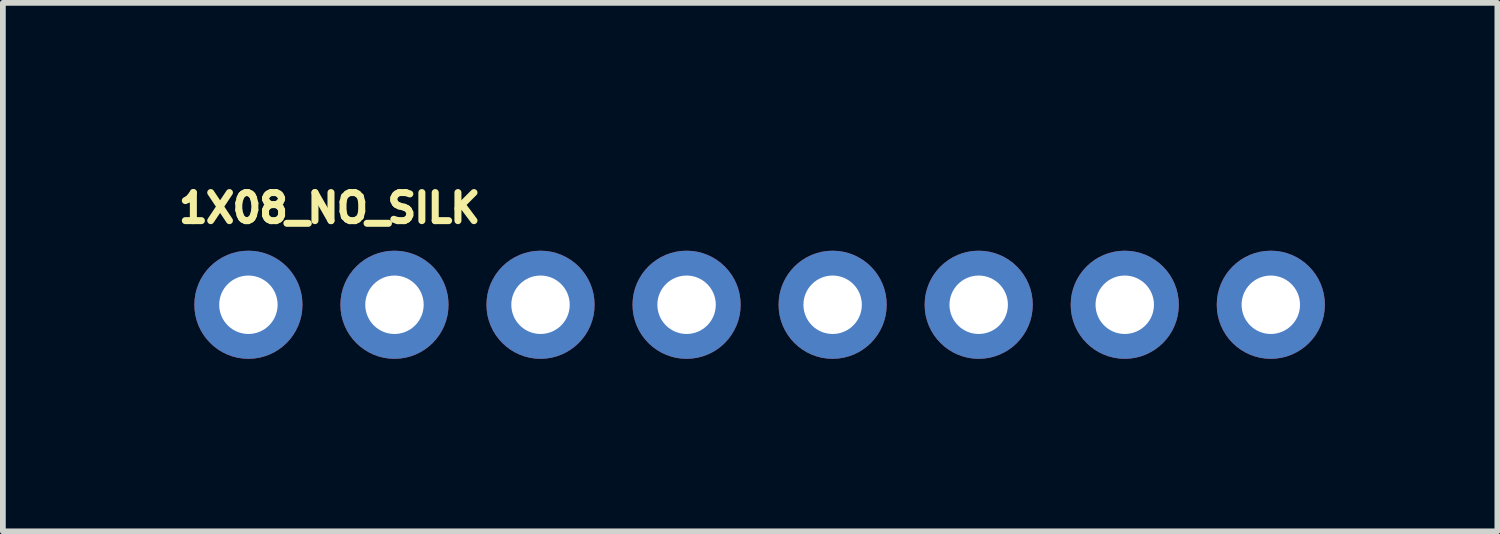
<source format=kicad_pcb>
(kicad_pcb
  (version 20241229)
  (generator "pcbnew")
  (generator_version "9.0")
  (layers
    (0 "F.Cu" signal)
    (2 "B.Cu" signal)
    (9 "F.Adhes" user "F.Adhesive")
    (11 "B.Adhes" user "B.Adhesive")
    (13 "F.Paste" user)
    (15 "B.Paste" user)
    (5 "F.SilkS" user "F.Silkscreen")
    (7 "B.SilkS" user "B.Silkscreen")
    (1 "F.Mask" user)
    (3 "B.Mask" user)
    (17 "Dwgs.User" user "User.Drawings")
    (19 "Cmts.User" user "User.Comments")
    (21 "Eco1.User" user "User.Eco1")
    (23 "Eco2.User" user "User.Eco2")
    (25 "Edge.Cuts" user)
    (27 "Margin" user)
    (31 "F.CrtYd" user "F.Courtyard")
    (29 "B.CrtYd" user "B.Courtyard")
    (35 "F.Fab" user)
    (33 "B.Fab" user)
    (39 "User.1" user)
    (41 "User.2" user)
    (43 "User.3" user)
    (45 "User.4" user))
  (footprint "1X08_NO_SILK"
    (layer "F.Cu")
    (at 1.27 2.25)
    (property "Reference" "1X08_NO_SILK" (at -1.27 -1.397 0) (layer "F.SilkS") (effects (font (size 0.488 0.488) (thickness 0.122)) (justify left bottom)))
    (fp_poly (pts (xy -0.254 0.254) (xy 0.254 0.254) (xy 0.254 -0.254) (xy -0.254 -0.254)) (stroke (width 0.1) (type solid)) (fill no) (layer "F.Fab"))
    (fp_poly (pts (xy 2.286 0.254) (xy 2.794 0.254) (xy 2.794 -0.254) (xy 2.286 -0.254)) (stroke (width 0.1) (type solid)) (fill no) (layer "F.Fab"))
    (fp_poly (pts (xy 4.826 0.254) (xy 5.334 0.254) (xy 5.334 -0.254) (xy 4.826 -0.254)) (stroke (width 0.1) (type solid)) (fill no) (layer "F.Fab"))
    (fp_poly (pts (xy 7.366 0.254) (xy 7.874 0.254) (xy 7.874 -0.254) (xy 7.366 -0.254)) (stroke (width 0.1) (type solid)) (fill no) (layer "F.Fab"))
    (fp_poly (pts (xy 9.906 0.254) (xy 10.414 0.254) (xy 10.414 -0.254) (xy 9.906 -0.254)) (stroke (width 0.1) (type solid)) (fill no) (layer "F.Fab"))
    (fp_poly (pts (xy 12.446 0.254) (xy 12.954 0.254) (xy 12.954 -0.254) (xy 12.446 -0.254)) (stroke (width 0.1) (type solid)) (fill no) (layer "F.Fab"))
    (fp_poly (pts (xy 14.986 0.254) (xy 15.494 0.254) (xy 15.494 -0.254) (xy 14.986 -0.254)) (stroke (width 0.1) (type solid)) (fill no) (layer "F.Fab"))
    (fp_poly (pts (xy 17.526 0.254) (xy 18.034 0.254) (xy 18.034 -0.254) (xy 17.526 -0.254)) (stroke (width 0.1) (type solid)) (fill no) (layer "F.Fab"))
    (pad "1" thru_hole circle (at 0 0 90) (size 1.88 1.88) (drill 1.016) (layers "*.Cu" "*.Mask"))
    (pad "2" thru_hole circle (at 2.54 0 90) (size 1.88 1.88) (drill 1.016) (layers "*.Cu" "*.Mask"))
    (pad "3" thru_hole circle (at 5.08 0 90) (size 1.88 1.88) (drill 1.016) (layers "*.Cu" "*.Mask"))
    (pad "4" thru_hole circle (at 7.62 0 90) (size 1.88 1.88) (drill 1.016) (layers "*.Cu" "*.Mask"))
    (pad "5" thru_hole circle (at 10.16 0 90) (size 1.88 1.88) (drill 1.016) (layers "*.Cu" "*.Mask"))
    (pad "6" thru_hole circle (at 12.7 0 90) (size 1.88 1.88) (drill 1.016) (layers "*.Cu" "*.Mask"))
    (pad "7" thru_hole circle (at 15.24 0 90) (size 1.88 1.88) (drill 1.016) (layers "*.Cu" "*.Mask"))
    (pad "8" thru_hole circle (at 17.78 0 90) (size 1.88 1.88) (drill 1.016) (layers "*.Cu" "*.Mask")))
  (gr_rect
    (start -3 -3)
    (end 22.99 6.19)
    (stroke (width 0.1) (type default))
    (fill no)
    (layer "Edge.Cuts")))
</source>
